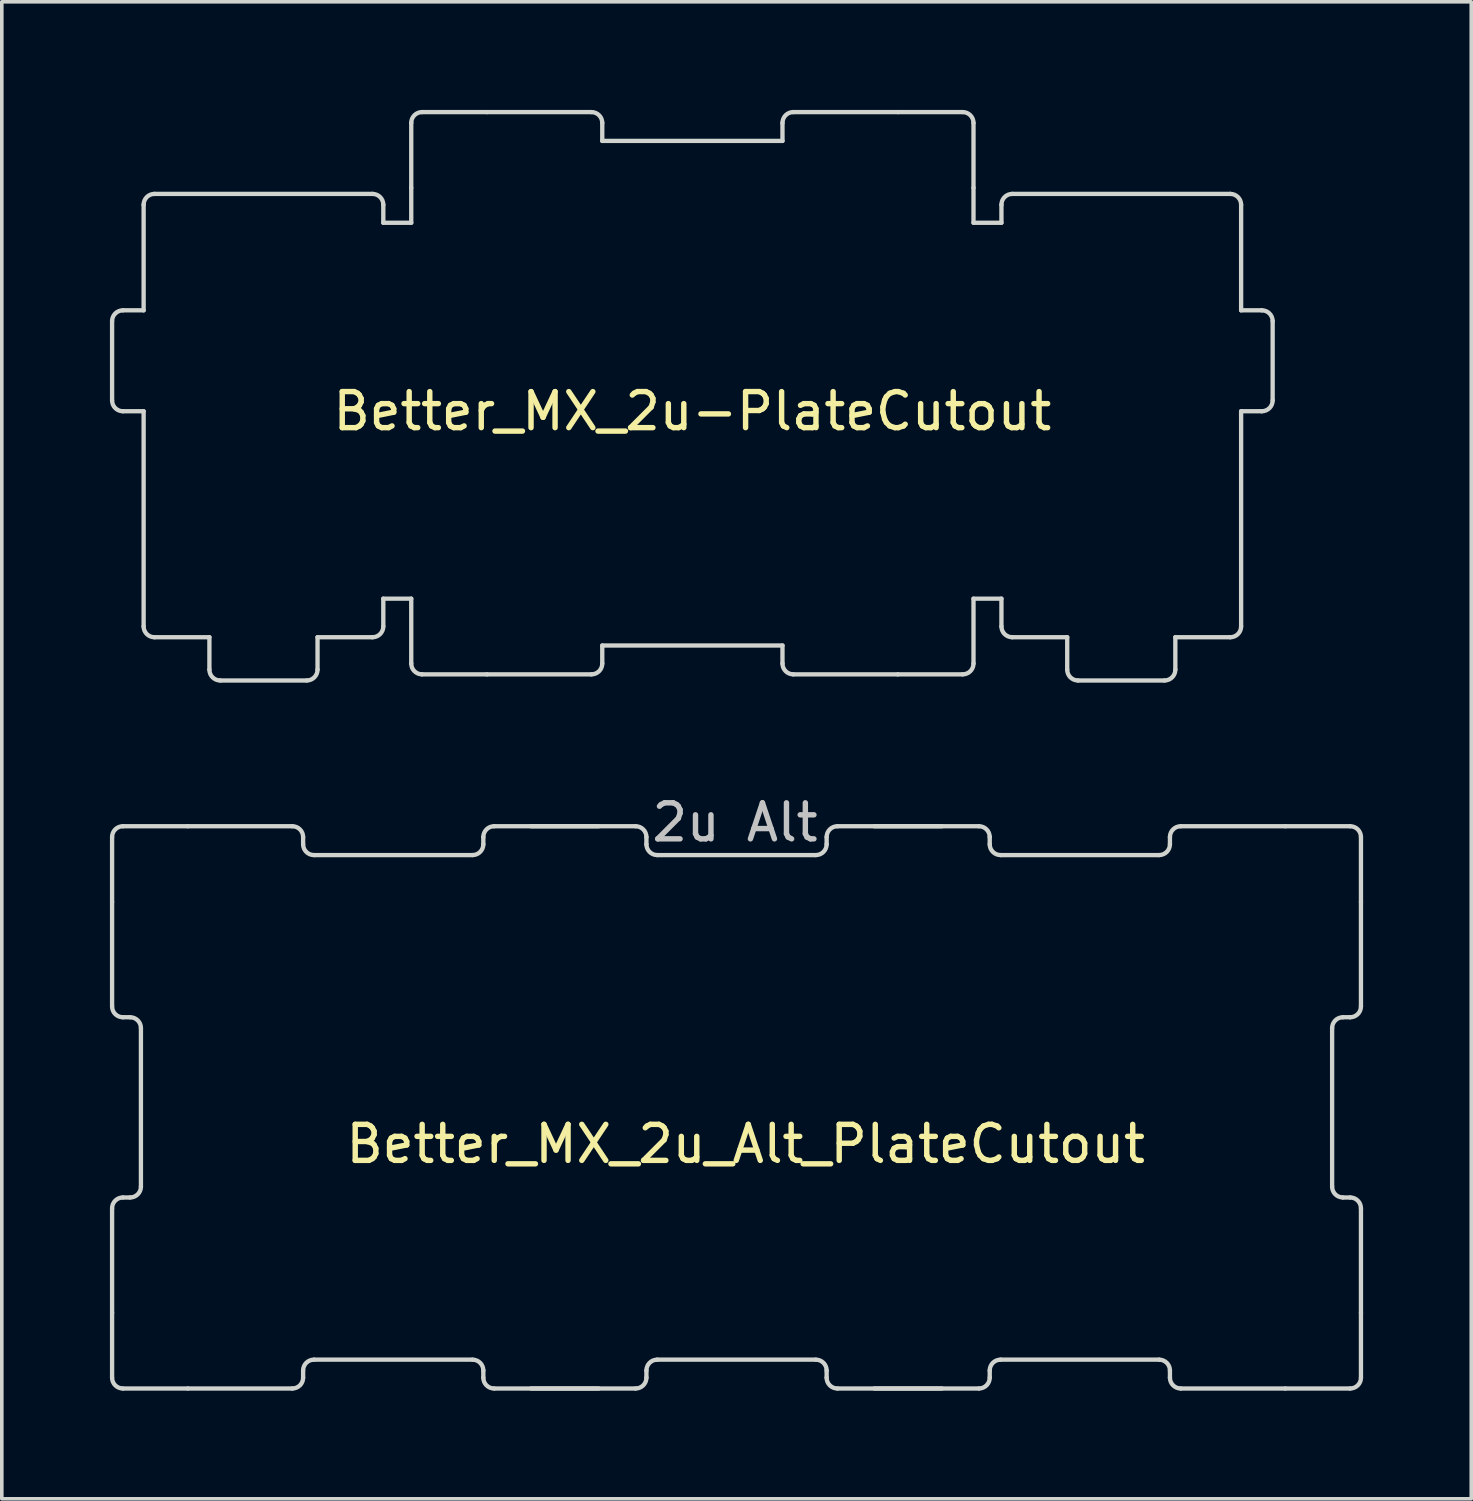
<source format=kicad_pcb>
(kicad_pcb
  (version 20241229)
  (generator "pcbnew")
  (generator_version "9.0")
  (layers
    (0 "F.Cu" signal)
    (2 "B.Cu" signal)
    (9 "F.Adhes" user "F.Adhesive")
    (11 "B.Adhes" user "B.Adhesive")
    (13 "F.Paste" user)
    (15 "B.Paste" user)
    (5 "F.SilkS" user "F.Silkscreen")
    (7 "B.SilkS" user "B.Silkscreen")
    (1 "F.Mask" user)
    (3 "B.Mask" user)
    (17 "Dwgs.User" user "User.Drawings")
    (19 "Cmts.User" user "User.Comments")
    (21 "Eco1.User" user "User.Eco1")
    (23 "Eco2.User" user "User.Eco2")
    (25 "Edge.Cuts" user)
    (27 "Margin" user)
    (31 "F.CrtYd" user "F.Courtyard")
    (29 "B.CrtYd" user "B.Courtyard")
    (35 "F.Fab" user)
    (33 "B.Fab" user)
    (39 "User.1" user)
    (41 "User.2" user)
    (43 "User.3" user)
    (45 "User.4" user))
  (footprint "Better_MX_2u_Alt_PlateCutout"
    (layer "F.Cu")
    (at 17.385 27.674)
    (property "Reference" "Better_MX_2u_Alt_PlateCutout" (at 0.254 1.016 0) (layer "F.SilkS") (effects (font (size 1 1) (thickness 0.15))))
    (attr through_hole)
    (fp_line (start -17.325 -5.7) (end -17.325 -7.5) (stroke (width 0.12) (type solid)) (layer "Edge.Cuts"))
    (fp_line (start -17.325 -2.8) (end -17.325 -5.7) (stroke (width 0.12) (type solid)) (layer "Edge.Cuts"))
    (fp_line (start -17.325 2.8) (end -17.325 5.7) (stroke (width 0.12) (type solid)) (layer "Edge.Cuts"))
    (fp_line (start -17.325 5.7) (end -17.325 7.5) (stroke (width 0.12) (type solid)) (layer "Edge.Cuts"))
    (fp_line (start -17.025 -2.5) (end -16.825 -2.5) (stroke (width 0.12) (type solid)) (layer "Edge.Cuts"))
    (fp_line (start -17.025 2.5) (end -16.825 2.5) (stroke (width 0.12) (type solid)) (layer "Edge.Cuts"))
    (fp_line (start -16.525 2.2) (end -16.525 -2.2) (stroke (width 0.12) (type solid)) (layer "Edge.Cuts"))
    (fp_line (start -15.225 -7.8) (end -17.025 -7.8) (stroke (width 0.12) (type solid)) (layer "Edge.Cuts"))
    (fp_line (start -15.225 7.8) (end -17.025 7.8) (stroke (width 0.12) (type solid)) (layer "Edge.Cuts"))
    (fp_line (start -12.325 -7.8) (end -15.225 -7.8) (stroke (width 0.12) (type solid)) (layer "Edge.Cuts"))
    (fp_line (start -12.325 7.8) (end -15.225 7.8) (stroke (width 0.12) (type solid)) (layer "Edge.Cuts"))
    (fp_line (start -12.025 -7.5) (end -12.025 -7.3) (stroke (width 0.12) (type solid)) (layer "Edge.Cuts"))
    (fp_line (start -12.025 7.5) (end -12.025 7.3) (stroke (width 0.12) (type solid)) (layer "Edge.Cuts"))
    (fp_line (start -11.725 -7) (end -7.325 -7) (stroke (width 0.12) (type solid)) (layer "Edge.Cuts"))
    (fp_line (start -7.325 7) (end -11.725 7) (stroke (width 0.12) (type solid)) (layer "Edge.Cuts"))
    (fp_line (start -7.025 -7.5) (end -7.025 -7.3) (stroke (width 0.12) (type solid)) (layer "Edge.Cuts"))
    (fp_line (start -7.025 7.5) (end -7.025 7.3) (stroke (width 0.12) (type solid)) (layer "Edge.Cuts"))
    (fp_line (start -6.725 -7.8) (end -3.825 -7.8) (stroke (width 0.12) (type solid)) (layer "Edge.Cuts"))
    (fp_line (start -6.725 7.8) (end -3.825 7.8) (stroke (width 0.12) (type solid)) (layer "Edge.Cuts"))
    (fp_line (start -2.8 -7.8) (end -5.7 -7.8) (stroke (width 0.12) (type solid)) (layer "Edge.Cuts"))
    (fp_line (start -2.8 7.8) (end -5.7 7.8) (stroke (width 0.12) (type solid)) (layer "Edge.Cuts"))
    (fp_line (start -2.5 -7.5) (end -2.5 -7.3) (stroke (width 0.12) (type solid)) (layer "Edge.Cuts"))
    (fp_line (start -2.5 7.5) (end -2.5 7.3) (stroke (width 0.12) (type solid)) (layer "Edge.Cuts"))
    (fp_line (start -2.2 -7) (end 2.2 -7) (stroke (width 0.12) (type solid)) (layer "Edge.Cuts"))
    (fp_line (start 2.2 7) (end -2.2 7) (stroke (width 0.12) (type solid)) (layer "Edge.Cuts"))
    (fp_line (start 2.5 -7.5) (end 2.5 -7.3) (stroke (width 0.12) (type solid)) (layer "Edge.Cuts"))
    (fp_line (start 2.5 7.5) (end 2.5 7.3) (stroke (width 0.12) (type solid)) (layer "Edge.Cuts"))
    (fp_line (start 2.8 -7.8) (end 5.7 -7.8) (stroke (width 0.12) (type solid)) (layer "Edge.Cuts"))
    (fp_line (start 2.8 7.8) (end 5.7 7.8) (stroke (width 0.12) (type solid)) (layer "Edge.Cuts"))
    (fp_line (start 6.725 -7.8) (end 3.825 -7.8) (stroke (width 0.12) (type solid)) (layer "Edge.Cuts"))
    (fp_line (start 6.725 7.8) (end 3.825 7.8) (stroke (width 0.12) (type solid)) (layer "Edge.Cuts"))
    (fp_line (start 7.025 -7.5) (end 7.025 -7.3) (stroke (width 0.12) (type solid)) (layer "Edge.Cuts"))
    (fp_line (start 7.025 7.5) (end 7.025 7.3) (stroke (width 0.12) (type solid)) (layer "Edge.Cuts"))
    (fp_line (start 7.325 -7) (end 11.725 -7) (stroke (width 0.12) (type solid)) (layer "Edge.Cuts"))
    (fp_line (start 11.725 7) (end 7.325 7) (stroke (width 0.12) (type solid)) (layer "Edge.Cuts"))
    (fp_line (start 12.025 -7.5) (end 12.025 -7.3) (stroke (width 0.12) (type solid)) (layer "Edge.Cuts"))
    (fp_line (start 12.025 7.5) (end 12.025 7.3) (stroke (width 0.12) (type solid)) (layer "Edge.Cuts"))
    (fp_line (start 12.325 -7.8) (end 15.225 -7.8) (stroke (width 0.12) (type solid)) (layer "Edge.Cuts"))
    (fp_line (start 12.325 7.8) (end 15.225 7.8) (stroke (width 0.12) (type solid)) (layer "Edge.Cuts"))
    (fp_line (start 15.225 -7.8) (end 17.025 -7.8) (stroke (width 0.12) (type solid)) (layer "Edge.Cuts"))
    (fp_line (start 15.225 7.8) (end 17.025 7.8) (stroke (width 0.12) (type solid)) (layer "Edge.Cuts"))
    (fp_line (start 16.525 -2.2) (end 16.525 2.2) (stroke (width 0.12) (type solid)) (layer "Edge.Cuts"))
    (fp_line (start 17.025 -2.5) (end 16.825 -2.5) (stroke (width 0.12) (type solid)) (layer "Edge.Cuts"))
    (fp_line (start 17.025 2.5) (end 16.825 2.5) (stroke (width 0.12) (type solid)) (layer "Edge.Cuts"))
    (fp_line (start 17.325 -5.7) (end 17.325 -7.5) (stroke (width 0.12) (type solid)) (layer "Edge.Cuts"))
    (fp_line (start 17.325 -2.8) (end 17.325 -5.7) (stroke (width 0.12) (type solid)) (layer "Edge.Cuts"))
    (fp_line (start 17.325 2.8) (end 17.325 5.7) (stroke (width 0.12) (type solid)) (layer "Edge.Cuts"))
    (fp_line (start 17.325 5.7) (end 17.325 7.5) (stroke (width 0.12) (type solid)) (layer "Edge.Cuts"))
    (fp_arc (start -17.325 -7.5) (mid -17.237132 -7.712132) (end -17.025 -7.8) (stroke (width 0.12) (type solid)) (layer "Edge.Cuts"))
    (fp_arc (start -17.325 2.8) (mid -17.237132 2.587868) (end -17.025 2.5) (stroke (width 0.12) (type solid)) (layer "Edge.Cuts"))
    (fp_arc (start -17.025 -2.5) (mid -17.237132 -2.587868) (end -17.325 -2.8) (stroke (width 0.12) (type solid)) (layer "Edge.Cuts"))
    (fp_arc (start -17.025 7.8) (mid -17.237132 7.712132) (end -17.325 7.5) (stroke (width 0.12) (type solid)) (layer "Edge.Cuts"))
    (fp_arc (start -16.825 -2.5) (mid -16.612868 -2.412132) (end -16.525 -2.2) (stroke (width 0.12) (type solid)) (layer "Edge.Cuts"))
    (fp_arc (start -16.525 2.2) (mid -16.612868 2.412132) (end -16.825 2.5) (stroke (width 0.12) (type solid)) (layer "Edge.Cuts"))
    (fp_arc (start -12.325 -7.8) (mid -12.112868 -7.712132) (end -12.025 -7.5) (stroke (width 0.12) (type solid)) (layer "Edge.Cuts"))
    (fp_arc (start -12.025 7.3) (mid -11.937132 7.087868) (end -11.725 7) (stroke (width 0.12) (type solid)) (layer "Edge.Cuts"))
    (fp_arc (start -12.025 7.5) (mid -12.112868 7.712132) (end -12.325 7.8) (stroke (width 0.12) (type solid)) (layer "Edge.Cuts"))
    (fp_arc (start -11.725 -7) (mid -11.937132 -7.087868) (end -12.025 -7.3) (stroke (width 0.12) (type solid)) (layer "Edge.Cuts"))
    (fp_arc (start -7.325 7) (mid -7.112868 7.087868) (end -7.025 7.3) (stroke (width 0.12) (type solid)) (layer "Edge.Cuts"))
    (fp_arc (start -7.025 -7.5) (mid -6.937132 -7.712132) (end -6.725 -7.8) (stroke (width 0.12) (type solid)) (layer "Edge.Cuts"))
    (fp_arc (start -7.025 -7.3) (mid -7.112868 -7.087868) (end -7.325 -7) (stroke (width 0.12) (type solid)) (layer "Edge.Cuts"))
    (fp_arc (start -6.725 7.8) (mid -6.937132 7.712132) (end -7.025 7.5) (stroke (width 0.12) (type solid)) (layer "Edge.Cuts"))
    (fp_arc (start -2.8 -7.8) (mid -2.587868 -7.712132) (end -2.5 -7.5) (stroke (width 0.12) (type solid)) (layer "Edge.Cuts"))
    (fp_arc (start -2.5 7.3) (mid -2.412132 7.087868) (end -2.2 7) (stroke (width 0.12) (type solid)) (layer "Edge.Cuts"))
    (fp_arc (start -2.5 7.5) (mid -2.587868 7.712132) (end -2.8 7.8) (stroke (width 0.12) (type solid)) (layer "Edge.Cuts"))
    (fp_arc (start -2.2 -7) (mid -2.412132 -7.087868) (end -2.5 -7.3) (stroke (width 0.12) (type solid)) (layer "Edge.Cuts"))
    (fp_arc (start 2.2 7) (mid 2.412132 7.087868) (end 2.5 7.3) (stroke (width 0.12) (type solid)) (layer "Edge.Cuts"))
    (fp_arc (start 2.5 -7.5) (mid 2.587868 -7.712132) (end 2.8 -7.8) (stroke (width 0.12) (type solid)) (layer "Edge.Cuts"))
    (fp_arc (start 2.5 -7.3) (mid 2.412132 -7.087868) (end 2.2 -7) (stroke (width 0.12) (type solid)) (layer "Edge.Cuts"))
    (fp_arc (start 2.8 7.8) (mid 2.587868 7.712132) (end 2.5 7.5) (stroke (width 0.12) (type solid)) (layer "Edge.Cuts"))
    (fp_arc (start 6.725 -7.8) (mid 6.937132 -7.712132) (end 7.025 -7.5) (stroke (width 0.12) (type solid)) (layer "Edge.Cuts"))
    (fp_arc (start 7.025 7.3) (mid 7.112868 7.087868) (end 7.325 7) (stroke (width 0.12) (type solid)) (layer "Edge.Cuts"))
    (fp_arc (start 7.025 7.5) (mid 6.937132 7.712132) (end 6.725 7.8) (stroke (width 0.12) (type solid)) (layer "Edge.Cuts"))
    (fp_arc (start 7.325 -7) (mid 7.112868 -7.087868) (end 7.025 -7.3) (stroke (width 0.12) (type solid)) (layer "Edge.Cuts"))
    (fp_arc (start 11.725 7) (mid 11.937132 7.087868) (end 12.025 7.3) (stroke (width 0.12) (type solid)) (layer "Edge.Cuts"))
    (fp_arc (start 12.025 -7.5) (mid 12.112868 -7.712132) (end 12.325 -7.8) (stroke (width 0.12) (type solid)) (layer "Edge.Cuts"))
    (fp_arc (start 12.025 -7.3) (mid 11.937132 -7.087868) (end 11.725 -7) (stroke (width 0.12) (type solid)) (layer "Edge.Cuts"))
    (fp_arc (start 12.325 7.8) (mid 12.112868 7.712132) (end 12.025 7.5) (stroke (width 0.12) (type solid)) (layer "Edge.Cuts"))
    (fp_arc (start 16.525 -2.2) (mid 16.612868 -2.412132) (end 16.825 -2.5) (stroke (width 0.12) (type solid)) (layer "Edge.Cuts"))
    (fp_arc (start 16.825 2.5) (mid 16.612868 2.412132) (end 16.525 2.2) (stroke (width 0.12) (type solid)) (layer "Edge.Cuts"))
    (fp_arc (start 17.025 -7.8) (mid 17.237132 -7.712132) (end 17.325 -7.5) (stroke (width 0.12) (type solid)) (layer "Edge.Cuts"))
    (fp_arc (start 17.025 2.5) (mid 17.237132 2.587868) (end 17.325 2.8) (stroke (width 0.12) (type solid)) (layer "Edge.Cuts"))
    (fp_arc (start 17.325 -2.8) (mid 17.237132 -2.587868) (end 17.025 -2.5) (stroke (width 0.12) (type solid)) (layer "Edge.Cuts"))
    (fp_arc (start 17.325 7.5) (mid 17.237132 7.712132) (end 17.025 7.8) (stroke (width 0.12) (type solid)) (layer "Edge.Cuts"))
    (fp_text user "2u Alt" (at -0.043 -7.905 0) (layer "Dwgs.User") (effects (font (size 1 1) (thickness 0.15)))))
  (footprint "Better_MX_2u-PlateCutout"
    (layer "F.Cu")
    (at 16.16 7.86)
    (property "Reference" "Better_MX_2u-PlateCutout" (at 0 0.5 0) (layer "F.SilkS") (effects (font (size 1 1) (thickness 0.15))))
    (attr through_hole)
    (fp_line (start -11.9 -5.6) (end -11.9 8) (stroke (width 0.12) (type solid)) (layer "Eco1.User"))
    (fp_line (start 11.9 -5.6) (end 11.9 8) (stroke (width 0.12) (type solid)) (layer "Eco1.User"))
    (fp_line (start -16.1 -2) (end -16.1 0.2) (stroke (width 0.12) (type solid)) (layer "Edge.Cuts"))
    (fp_line (start -15.8 -2.3) (end -15.225 -2.3) (stroke (width 0.12) (type solid)) (layer "Edge.Cuts"))
    (fp_line (start -15.8 0.5) (end -15.225 0.5) (stroke (width 0.12) (type solid)) (layer "Edge.Cuts"))
    (fp_line (start -15.225 -5.23) (end -15.225 -2.3) (stroke (width 0.12) (type solid)) (layer "Edge.Cuts"))
    (fp_line (start -15.225 0.5) (end -15.225 6.47) (stroke (width 0.12) (type solid)) (layer "Edge.Cuts"))
    (fp_line (start -14.925 -5.53) (end -8.875 -5.53) (stroke (width 0.12) (type solid)) (layer "Edge.Cuts"))
    (fp_line (start -13.4 6.77) (end -14.925 6.77) (stroke (width 0.12) (type solid)) (layer "Edge.Cuts"))
    (fp_line (start -13.4 7.67) (end -13.4 6.77) (stroke (width 0.12) (type solid)) (layer "Edge.Cuts"))
    (fp_line (start -13.1 7.97) (end -10.7 7.97) (stroke (width 0.12) (type solid)) (layer "Edge.Cuts"))
    (fp_line (start -10.4 6.77) (end -10.4 7.67) (stroke (width 0.12) (type solid)) (layer "Edge.Cuts"))
    (fp_line (start -10.4 6.77) (end -8.875 6.77) (stroke (width 0.12) (type solid)) (layer "Edge.Cuts"))
    (fp_line (start -8.575 -4.73) (end -8.575 -5.23) (stroke (width 0.12) (type solid)) (layer "Edge.Cuts"))
    (fp_line (start -8.575 -4.73) (end -7.8 -4.73) (stroke (width 0.12) (type solid)) (layer "Edge.Cuts"))
    (fp_line (start -8.575 5.7) (end -7.8 5.7) (stroke (width 0.12) (type solid)) (layer "Edge.Cuts"))
    (fp_line (start -8.575 6.47) (end -8.575 5.7) (stroke (width 0.12) (type solid)) (layer "Edge.Cuts"))
    (fp_line (start -7.8 -5.7) (end -7.8 -7.5) (stroke (width 0.12) (type solid)) (layer "Edge.Cuts"))
    (fp_line (start -7.8 -4.73) (end -7.8 -5.7) (stroke (width 0.12) (type solid)) (layer "Edge.Cuts"))
    (fp_line (start -7.8 5.7) (end -7.8 7.5) (stroke (width 0.12) (type solid)) (layer "Edge.Cuts"))
    (fp_line (start -5.7 -7.8) (end -7.5 -7.8) (stroke (width 0.12) (type solid)) (layer "Edge.Cuts"))
    (fp_line (start -5.7 7.8) (end -7.5 7.8) (stroke (width 0.12) (type solid)) (layer "Edge.Cuts"))
    (fp_line (start -2.8 -7.8) (end -5.7 -7.8) (stroke (width 0.12) (type solid)) (layer "Edge.Cuts"))
    (fp_line (start -2.8 7.8) (end -5.7 7.8) (stroke (width 0.12) (type solid)) (layer "Edge.Cuts"))
    (fp_line (start -2.5 -7.5) (end -2.5 -7) (stroke (width 0.12) (type solid)) (layer "Edge.Cuts"))
    (fp_line (start -2.5 -7) (end 2.5 -7) (stroke (width 0.12) (type solid)) (layer "Edge.Cuts"))
    (fp_line (start -2.5 7.5) (end -2.5 7) (stroke (width 0.12) (type solid)) (layer "Edge.Cuts"))
    (fp_line (start 2.5 -7.5) (end 2.5 -7) (stroke (width 0.12) (type solid)) (layer "Edge.Cuts"))
    (fp_line (start 2.5 7) (end -2.5 7) (stroke (width 0.12) (type solid)) (layer "Edge.Cuts"))
    (fp_line (start 2.5 7.5) (end 2.5 7) (stroke (width 0.12) (type solid)) (layer "Edge.Cuts"))
    (fp_line (start 2.8 -7.8) (end 5.7 -7.8) (stroke (width 0.12) (type solid)) (layer "Edge.Cuts"))
    (fp_line (start 2.8 7.8) (end 5.7 7.8) (stroke (width 0.12) (type solid)) (layer "Edge.Cuts"))
    (fp_line (start 5.7 -7.8) (end 7.5 -7.8) (stroke (width 0.12) (type solid)) (layer "Edge.Cuts"))
    (fp_line (start 5.7 7.8) (end 7.5 7.8) (stroke (width 0.12) (type solid)) (layer "Edge.Cuts"))
    (fp_line (start 7.8 -5.7) (end 7.8 -7.5) (stroke (width 0.12) (type solid)) (layer "Edge.Cuts"))
    (fp_line (start 7.8 -4.73) (end 7.8 -5.7) (stroke (width 0.12) (type solid)) (layer "Edge.Cuts"))
    (fp_line (start 7.8 5.7) (end 7.8 7.5) (stroke (width 0.12) (type solid)) (layer "Edge.Cuts"))
    (fp_line (start 8.575 -4.73) (end 7.8 -4.73) (stroke (width 0.12) (type solid)) (layer "Edge.Cuts"))
    (fp_line (start 8.575 -4.73) (end 8.575 -5.23) (stroke (width 0.12) (type solid)) (layer "Edge.Cuts"))
    (fp_line (start 8.575 5.7) (end 7.8 5.7) (stroke (width 0.12) (type solid)) (layer "Edge.Cuts"))
    (fp_line (start 8.575 6.47) (end 8.575 5.7) (stroke (width 0.12) (type solid)) (layer "Edge.Cuts"))
    (fp_line (start 10.4 6.77) (end 8.875 6.77) (stroke (width 0.12) (type solid)) (layer "Edge.Cuts"))
    (fp_line (start 10.4 6.77) (end 10.4 7.67) (stroke (width 0.12) (type solid)) (layer "Edge.Cuts"))
    (fp_line (start 13.1 7.97) (end 10.7 7.97) (stroke (width 0.12) (type solid)) (layer "Edge.Cuts"))
    (fp_line (start 13.4 6.77) (end 14.925 6.77) (stroke (width 0.12) (type solid)) (layer "Edge.Cuts"))
    (fp_line (start 13.4 7.67) (end 13.4 6.77) (stroke (width 0.12) (type solid)) (layer "Edge.Cuts"))
    (fp_line (start 14.925 -5.53) (end 8.875 -5.53) (stroke (width 0.12) (type solid)) (layer "Edge.Cuts"))
    (fp_line (start 15.225 -5.23) (end 15.225 -2.3) (stroke (width 0.12) (type solid)) (layer "Edge.Cuts"))
    (fp_line (start 15.225 0.5) (end 15.225 6.47) (stroke (width 0.12) (type solid)) (layer "Edge.Cuts"))
    (fp_line (start 15.8 -2.3) (end 15.225 -2.3) (stroke (width 0.12) (type solid)) (layer "Edge.Cuts"))
    (fp_line (start 15.8 0.5) (end 15.225 0.5) (stroke (width 0.12) (type solid)) (layer "Edge.Cuts"))
    (fp_line (start 16.1 -2) (end 16.1 0.2) (stroke (width 0.12) (type solid)) (layer "Edge.Cuts"))
    (fp_arc (start -16.1 -2) (mid -16.012132 -2.212132) (end -15.8 -2.3) (stroke (width 0.12) (type solid)) (layer "Edge.Cuts"))
    (fp_arc (start -15.8 0.5) (mid -16.012132 0.412132) (end -16.1 0.2) (stroke (width 0.12) (type solid)) (layer "Edge.Cuts"))
    (fp_arc (start -15.225 -5.23) (mid -15.137132 -5.442132) (end -14.925 -5.53) (stroke (width 0.12) (type solid)) (layer "Edge.Cuts"))
    (fp_arc (start -14.925 6.77) (mid -15.137132 6.682132) (end -15.225 6.47) (stroke (width 0.12) (type solid)) (layer "Edge.Cuts"))
    (fp_arc (start -13.1 7.97) (mid -13.312132 7.882132) (end -13.4 7.67) (stroke (width 0.12) (type solid)) (layer "Edge.Cuts"))
    (fp_arc (start -10.4 7.67) (mid -10.487868 7.882132) (end -10.7 7.97) (stroke (width 0.12) (type solid)) (layer "Edge.Cuts"))
    (fp_arc (start -8.875 -5.53) (mid -8.662868 -5.442132) (end -8.575 -5.23) (stroke (width 0.12) (type solid)) (layer "Edge.Cuts"))
    (fp_arc (start -8.575 6.47) (mid -8.662868 6.682132) (end -8.875 6.77) (stroke (width 0.12) (type solid)) (layer "Edge.Cuts"))
    (fp_arc (start -7.8 -7.5) (mid -7.712132 -7.712132) (end -7.5 -7.8) (stroke (width 0.12) (type solid)) (layer "Edge.Cuts"))
    (fp_arc (start -7.5 7.8) (mid -7.712132 7.712132) (end -7.8 7.5) (stroke (width 0.12) (type solid)) (layer "Edge.Cuts"))
    (fp_arc (start -2.8 -7.8) (mid -2.587868 -7.712132) (end -2.5 -7.5) (stroke (width 0.12) (type solid)) (layer "Edge.Cuts"))
    (fp_arc (start -2.5 7.5) (mid -2.587868 7.712132) (end -2.8 7.8) (stroke (width 0.12) (type solid)) (layer "Edge.Cuts"))
    (fp_arc (start 2.5 -7.5) (mid 2.587868 -7.712132) (end 2.8 -7.8) (stroke (width 0.12) (type solid)) (layer "Edge.Cuts"))
    (fp_arc (start 2.8 7.8) (mid 2.587868 7.712132) (end 2.5 7.5) (stroke (width 0.12) (type solid)) (layer "Edge.Cuts"))
    (fp_arc (start 7.5 -7.8) (mid 7.712132 -7.712132) (end 7.8 -7.5) (stroke (width 0.12) (type solid)) (layer "Edge.Cuts"))
    (fp_arc (start 7.8 7.5) (mid 7.712132 7.712132) (end 7.5 7.8) (stroke (width 0.12) (type solid)) (layer "Edge.Cuts"))
    (fp_arc (start 8.575 -5.23) (mid 8.662868 -5.442132) (end 8.875 -5.53) (stroke (width 0.12) (type solid)) (layer "Edge.Cuts"))
    (fp_arc (start 8.875 6.77) (mid 8.662868 6.682132) (end 8.575 6.47) (stroke (width 0.12) (type solid)) (layer "Edge.Cuts"))
    (fp_arc (start 10.7 7.97) (mid 10.487868 7.882132) (end 10.4 7.67) (stroke (width 0.12) (type solid)) (layer "Edge.Cuts"))
    (fp_arc (start 13.4 7.67) (mid 13.312132 7.882132) (end 13.1 7.97) (stroke (width 0.12) (type solid)) (layer "Edge.Cuts"))
    (fp_arc (start 14.925 -5.53) (mid 15.137132 -5.442132) (end 15.225 -5.23) (stroke (width 0.12) (type solid)) (layer "Edge.Cuts"))
    (fp_arc (start 15.225 6.47) (mid 15.137132 6.682132) (end 14.925 6.77) (stroke (width 0.12) (type solid)) (layer "Edge.Cuts"))
    (fp_arc (start 15.8 -2.3) (mid 16.012132 -2.212132) (end 16.1 -2) (stroke (width 0.12) (type solid)) (layer "Edge.Cuts"))
    (fp_arc (start 16.1 0.2) (mid 16.012132 0.412132) (end 15.8 0.5) (stroke (width 0.12) (type solid)) (layer "Edge.Cuts")))
  (gr_rect
    (start -3 -3)
    (end 37.77 38.534)
    (stroke (width 0.1) (type default))
    (fill no)
    (layer "Edge.Cuts")))
</source>
